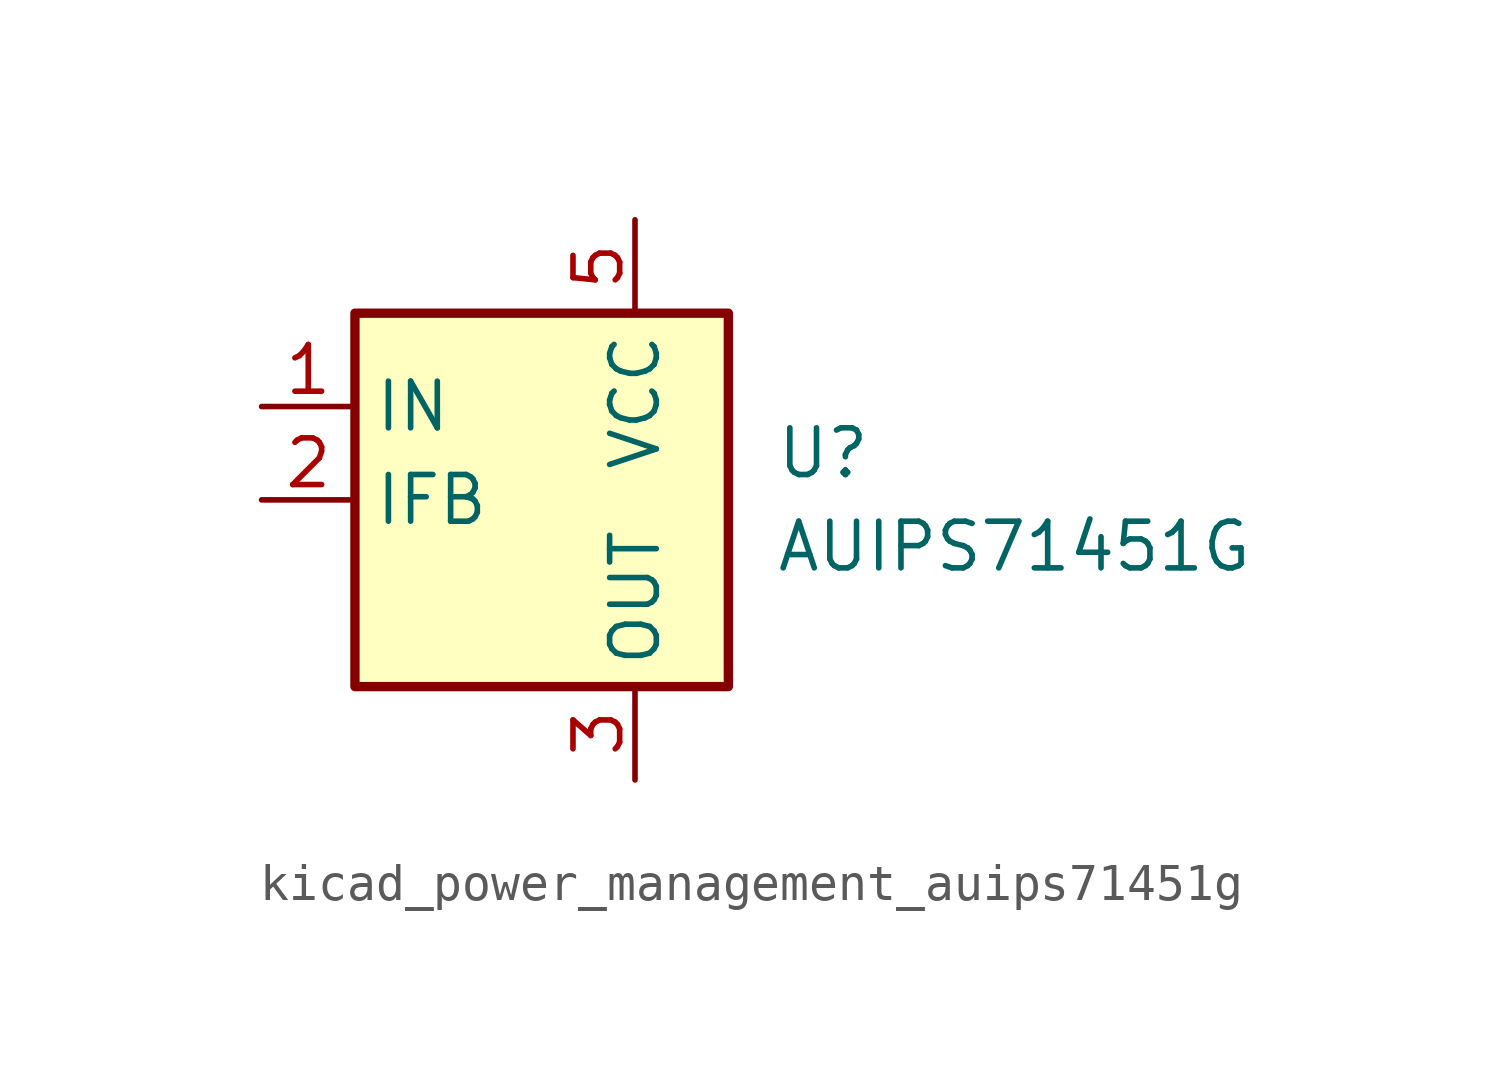
<source format=kicad_sym>
(kicad_symbol_lib
  (version 20220914)
  (generator kicad_symbol_editor)
  (symbol "kicad_power_management_auips71451g"
    (property "Reference" "U"
      (at 3.81 1.27 0)
      (effects (font (size 1.27 1.27)) (justify left)))
    (property "Value" "AUIPS71451G"
      (at 3.81 -1.27 0)
      (effects (font (size 1.27 1.27)) (justify left)))
    (symbol "kicad_power_management_auips71451g_0_1"
      (rectangle (start -7.62 5.08) (end 2.54 -5.08) (stroke (width 0.254) (type default)) (fill (type background))))
    (symbol "kicad_power_management_auips71451g_1_1"
      (pin input line (at -10.16 2.54 0) (length 2.54) (name "IN" (effects (font (size 1.27 1.27)))) (number "1" (effects (font (size 1.27 1.27)))))
      (pin output line (at -10.16 0 0) (length 2.54) (name "IFB" (effects (font (size 1.27 1.27)))) (number "2" (effects (font (size 1.27 1.27)))))
      (pin power_out line (at 0 -7.62 90) (length 2.54) (name "OUT" (effects (font (size 1.27 1.27)))) (number "3" (effects (font (size 1.27 1.27)))))
      (pin passive line (at 0 -7.62 90) (length 2.54) hide (name "OUT" (effects (font (size 1.27 1.27)))) (number "4" (effects (font (size 1.27 1.27)))))
      (pin power_in line (at 0 7.62 270) (length 2.54) (name "VCC" (effects (font (size 1.27 1.27)))) (number "5" (effects (font (size 1.27 1.27)))))
      (pin passive line (at 0 7.62 270) (length 2.54) hide (name "VCC" (effects (font (size 1.27 1.27)))) (number "6" (effects (font (size 1.27 1.27)))))
      (pin passive line (at 0 7.62 270) (length 2.54) hide (name "VCC" (effects (font (size 1.27 1.27)))) (number "7" (effects (font (size 1.27 1.27)))))
      (pin passive line (at 0 7.62 270) (length 2.54) hide (name "VCC" (effects (font (size 1.27 1.27)))) (number "8" (effects (font (size 1.27 1.27))))))))
</source>
